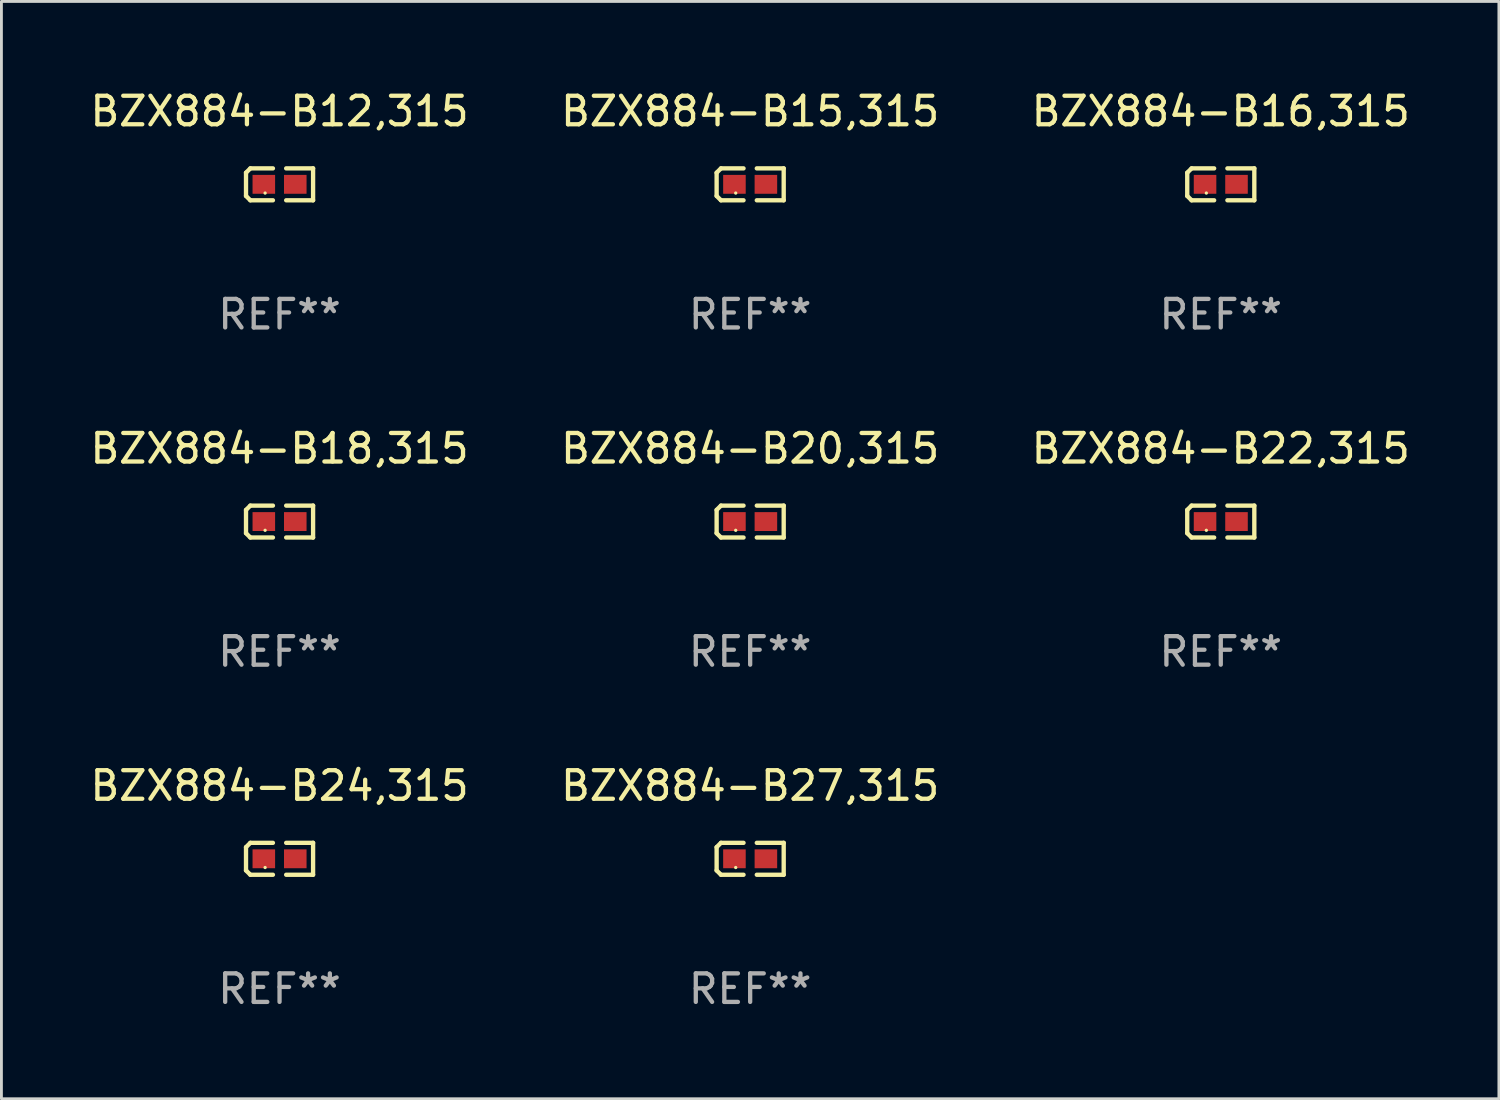
<source format=kicad_pcb>
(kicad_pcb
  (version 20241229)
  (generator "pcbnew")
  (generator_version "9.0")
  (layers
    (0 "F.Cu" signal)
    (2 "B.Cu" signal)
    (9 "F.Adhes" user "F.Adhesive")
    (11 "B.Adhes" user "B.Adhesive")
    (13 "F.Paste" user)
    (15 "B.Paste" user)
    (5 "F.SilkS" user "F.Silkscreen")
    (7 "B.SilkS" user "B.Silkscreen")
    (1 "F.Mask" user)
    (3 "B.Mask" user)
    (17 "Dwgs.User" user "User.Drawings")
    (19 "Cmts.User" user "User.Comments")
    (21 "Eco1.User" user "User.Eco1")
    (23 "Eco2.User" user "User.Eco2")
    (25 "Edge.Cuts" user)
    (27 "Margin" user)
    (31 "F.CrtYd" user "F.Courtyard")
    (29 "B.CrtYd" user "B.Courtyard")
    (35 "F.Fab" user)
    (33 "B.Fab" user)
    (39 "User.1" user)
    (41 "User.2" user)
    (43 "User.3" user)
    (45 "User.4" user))
  (footprint "BZX884-B27,315"
    (layer "F.Cu")
    (at 23.232 27.038)
    (property "Reference" "BZX884-B27,315" (at 0 -2.559 0) (layer "F.SilkS") (effects (font (size 1 1) (thickness 0.15))))
    (attr through_hole)
    (fp_line (start -1.175 -0.407) (end -1.023 -0.559) (stroke (width 0.152) (type solid)) (layer "F.SilkS"))
    (fp_line (start -1.175 0.407) (end -1.175 -0.407) (stroke (width 0.152) (type solid)) (layer "F.SilkS"))
    (fp_line (start -1.023 -0.559) (end -0.232 -0.559) (stroke (width 0.152) (type solid)) (layer "F.SilkS"))
    (fp_line (start -1.023 0.559) (end -1.175 0.407) (stroke (width 0.152) (type solid)) (layer "F.SilkS"))
    (fp_line (start -0.232 0.559) (end -1.023 0.559) (stroke (width 0.152) (type solid)) (layer "F.SilkS"))
    (fp_line (start 0.232 0.559) (end 1.175 0.559) (stroke (width 0.152) (type solid)) (layer "F.SilkS"))
    (fp_line (start 1.175 -0.559) (end 0.232 -0.559) (stroke (width 0.152) (type solid)) (layer "F.SilkS"))
    (fp_line (start 1.175 0.559) (end 1.175 -0.559) (stroke (width 0.152) (type solid)) (layer "F.SilkS"))
    (fp_circle (center -0.506 0.306) (end -0.476 0.306) (stroke (width 0.06) (type solid)) (fill no) (layer "F.SilkS"))
    (fp_text user "REF**" (at 0 4.559 0) (layer "F.Fab") (effects (font (size 1 1) (thickness 0.15))))
    (pad "1" smd rect (at -0.551 0) (size 0.79 0.661) (layers "F.Cu" "F.Mask" "F.Paste"))
    (pad "2" smd rect (at 0.551 0) (size 0.79 0.661) (layers "F.Cu" "F.Mask" "F.Paste")))
  (footprint "BZX884-B16,315"
    (layer "F.Cu")
    (at 39.72 3.408)
    (property "Reference" "BZX884-B16,315" (at 0 -2.559 0) (layer "F.SilkS") (effects (font (size 1 1) (thickness 0.15))))
    (attr through_hole)
    (fp_line (start -1.175 -0.407) (end -1.023 -0.559) (stroke (width 0.152) (type solid)) (layer "F.SilkS"))
    (fp_line (start -1.175 0.407) (end -1.175 -0.407) (stroke (width 0.152) (type solid)) (layer "F.SilkS"))
    (fp_line (start -1.023 -0.559) (end -0.232 -0.559) (stroke (width 0.152) (type solid)) (layer "F.SilkS"))
    (fp_line (start -1.023 0.559) (end -1.175 0.407) (stroke (width 0.152) (type solid)) (layer "F.SilkS"))
    (fp_line (start -0.232 0.559) (end -1.023 0.559) (stroke (width 0.152) (type solid)) (layer "F.SilkS"))
    (fp_line (start 0.232 0.559) (end 1.175 0.559) (stroke (width 0.152) (type solid)) (layer "F.SilkS"))
    (fp_line (start 1.175 -0.559) (end 0.232 -0.559) (stroke (width 0.152) (type solid)) (layer "F.SilkS"))
    (fp_line (start 1.175 0.559) (end 1.175 -0.559) (stroke (width 0.152) (type solid)) (layer "F.SilkS"))
    (fp_circle (center -0.506 0.306) (end -0.476 0.306) (stroke (width 0.06) (type solid)) (fill no) (layer "F.SilkS"))
    (fp_text user "REF**" (at 0 4.559 0) (layer "F.Fab") (effects (font (size 1 1) (thickness 0.15))))
    (pad "1" smd rect (at -0.551 0) (size 0.79 0.661) (layers "F.Cu" "F.Mask" "F.Paste"))
    (pad "2" smd rect (at 0.551 0) (size 0.79 0.661) (layers "F.Cu" "F.Mask" "F.Paste")))
  (footprint "BZX884-B18,315"
    (layer "F.Cu")
    (at 6.744 15.223)
    (property "Reference" "BZX884-B18,315" (at 0 -2.559 0) (layer "F.SilkS") (effects (font (size 1 1) (thickness 0.15))))
    (attr through_hole)
    (fp_line (start -1.175 -0.407) (end -1.023 -0.559) (stroke (width 0.152) (type solid)) (layer "F.SilkS"))
    (fp_line (start -1.175 0.407) (end -1.175 -0.407) (stroke (width 0.152) (type solid)) (layer "F.SilkS"))
    (fp_line (start -1.023 -0.559) (end -0.232 -0.559) (stroke (width 0.152) (type solid)) (layer "F.SilkS"))
    (fp_line (start -1.023 0.559) (end -1.175 0.407) (stroke (width 0.152) (type solid)) (layer "F.SilkS"))
    (fp_line (start -0.232 0.559) (end -1.023 0.559) (stroke (width 0.152) (type solid)) (layer "F.SilkS"))
    (fp_line (start 0.232 0.559) (end 1.175 0.559) (stroke (width 0.152) (type solid)) (layer "F.SilkS"))
    (fp_line (start 1.175 -0.559) (end 0.232 -0.559) (stroke (width 0.152) (type solid)) (layer "F.SilkS"))
    (fp_line (start 1.175 0.559) (end 1.175 -0.559) (stroke (width 0.152) (type solid)) (layer "F.SilkS"))
    (fp_circle (center -0.506 0.306) (end -0.476 0.306) (stroke (width 0.06) (type solid)) (fill no) (layer "F.SilkS"))
    (fp_text user "REF**" (at 0 4.559 0) (layer "F.Fab") (effects (font (size 1 1) (thickness 0.15))))
    (pad "1" smd rect (at -0.551 0) (size 0.79 0.661) (layers "F.Cu" "F.Mask" "F.Paste"))
    (pad "2" smd rect (at 0.551 0) (size 0.79 0.661) (layers "F.Cu" "F.Mask" "F.Paste")))
  (footprint "BZX884-B20,315"
    (layer "F.Cu")
    (at 23.232 15.223)
    (property "Reference" "BZX884-B20,315" (at 0 -2.559 0) (layer "F.SilkS") (effects (font (size 1 1) (thickness 0.15))))
    (attr through_hole)
    (fp_line (start -1.175 -0.407) (end -1.023 -0.559) (stroke (width 0.152) (type solid)) (layer "F.SilkS"))
    (fp_line (start -1.175 0.407) (end -1.175 -0.407) (stroke (width 0.152) (type solid)) (layer "F.SilkS"))
    (fp_line (start -1.023 -0.559) (end -0.232 -0.559) (stroke (width 0.152) (type solid)) (layer "F.SilkS"))
    (fp_line (start -1.023 0.559) (end -1.175 0.407) (stroke (width 0.152) (type solid)) (layer "F.SilkS"))
    (fp_line (start -0.232 0.559) (end -1.023 0.559) (stroke (width 0.152) (type solid)) (layer "F.SilkS"))
    (fp_line (start 0.232 0.559) (end 1.175 0.559) (stroke (width 0.152) (type solid)) (layer "F.SilkS"))
    (fp_line (start 1.175 -0.559) (end 0.232 -0.559) (stroke (width 0.152) (type solid)) (layer "F.SilkS"))
    (fp_line (start 1.175 0.559) (end 1.175 -0.559) (stroke (width 0.152) (type solid)) (layer "F.SilkS"))
    (fp_circle (center -0.506 0.306) (end -0.476 0.306) (stroke (width 0.06) (type solid)) (fill no) (layer "F.SilkS"))
    (fp_text user "REF**" (at 0 4.559 0) (layer "F.Fab") (effects (font (size 1 1) (thickness 0.15))))
    (pad "1" smd rect (at -0.551 0) (size 0.79 0.661) (layers "F.Cu" "F.Mask" "F.Paste"))
    (pad "2" smd rect (at 0.551 0) (size 0.79 0.661) (layers "F.Cu" "F.Mask" "F.Paste")))
  (footprint "BZX884-B15,315"
    (layer "F.Cu")
    (at 23.232 3.408)
    (property "Reference" "BZX884-B15,315" (at 0 -2.559 0) (layer "F.SilkS") (effects (font (size 1 1) (thickness 0.15))))
    (attr through_hole)
    (fp_line (start -1.175 -0.407) (end -1.023 -0.559) (stroke (width 0.152) (type solid)) (layer "F.SilkS"))
    (fp_line (start -1.175 0.407) (end -1.175 -0.407) (stroke (width 0.152) (type solid)) (layer "F.SilkS"))
    (fp_line (start -1.023 -0.559) (end -0.232 -0.559) (stroke (width 0.152) (type solid)) (layer "F.SilkS"))
    (fp_line (start -1.023 0.559) (end -1.175 0.407) (stroke (width 0.152) (type solid)) (layer "F.SilkS"))
    (fp_line (start -0.232 0.559) (end -1.023 0.559) (stroke (width 0.152) (type solid)) (layer "F.SilkS"))
    (fp_line (start 0.232 0.559) (end 1.175 0.559) (stroke (width 0.152) (type solid)) (layer "F.SilkS"))
    (fp_line (start 1.175 -0.559) (end 0.232 -0.559) (stroke (width 0.152) (type solid)) (layer "F.SilkS"))
    (fp_line (start 1.175 0.559) (end 1.175 -0.559) (stroke (width 0.152) (type solid)) (layer "F.SilkS"))
    (fp_circle (center -0.506 0.306) (end -0.476 0.306) (stroke (width 0.06) (type solid)) (fill no) (layer "F.SilkS"))
    (fp_text user "REF**" (at 0 4.559 0) (layer "F.Fab") (effects (font (size 1 1) (thickness 0.15))))
    (pad "1" smd rect (at -0.551 0) (size 0.79 0.661) (layers "F.Cu" "F.Mask" "F.Paste"))
    (pad "2" smd rect (at 0.551 0) (size 0.79 0.661) (layers "F.Cu" "F.Mask" "F.Paste")))
  (footprint "BZX884-B12,315"
    (layer "F.Cu")
    (at 6.744 3.408)
    (property "Reference" "BZX884-B12,315" (at 0 -2.559 0) (layer "F.SilkS") (effects (font (size 1 1) (thickness 0.15))))
    (attr through_hole)
    (fp_line (start -1.175 -0.407) (end -1.023 -0.559) (stroke (width 0.152) (type solid)) (layer "F.SilkS"))
    (fp_line (start -1.175 0.407) (end -1.175 -0.407) (stroke (width 0.152) (type solid)) (layer "F.SilkS"))
    (fp_line (start -1.023 -0.559) (end -0.232 -0.559) (stroke (width 0.152) (type solid)) (layer "F.SilkS"))
    (fp_line (start -1.023 0.559) (end -1.175 0.407) (stroke (width 0.152) (type solid)) (layer "F.SilkS"))
    (fp_line (start -0.232 0.559) (end -1.023 0.559) (stroke (width 0.152) (type solid)) (layer "F.SilkS"))
    (fp_line (start 0.232 0.559) (end 1.175 0.559) (stroke (width 0.152) (type solid)) (layer "F.SilkS"))
    (fp_line (start 1.175 -0.559) (end 0.232 -0.559) (stroke (width 0.152) (type solid)) (layer "F.SilkS"))
    (fp_line (start 1.175 0.559) (end 1.175 -0.559) (stroke (width 0.152) (type solid)) (layer "F.SilkS"))
    (fp_circle (center -0.506 0.306) (end -0.476 0.306) (stroke (width 0.06) (type solid)) (fill no) (layer "F.SilkS"))
    (fp_text user "REF**" (at 0 4.559 0) (layer "F.Fab") (effects (font (size 1 1) (thickness 0.15))))
    (pad "1" smd rect (at -0.551 0) (size 0.79 0.661) (layers "F.Cu" "F.Mask" "F.Paste"))
    (pad "2" smd rect (at 0.551 0) (size 0.79 0.661) (layers "F.Cu" "F.Mask" "F.Paste")))
  (footprint "BZX884-B22,315"
    (layer "F.Cu")
    (at 39.72 15.223)
    (property "Reference" "BZX884-B22,315" (at 0 -2.559 0) (layer "F.SilkS") (effects (font (size 1 1) (thickness 0.15))))
    (attr through_hole)
    (fp_line (start -1.175 -0.407) (end -1.023 -0.559) (stroke (width 0.152) (type solid)) (layer "F.SilkS"))
    (fp_line (start -1.175 0.407) (end -1.175 -0.407) (stroke (width 0.152) (type solid)) (layer "F.SilkS"))
    (fp_line (start -1.023 -0.559) (end -0.232 -0.559) (stroke (width 0.152) (type solid)) (layer "F.SilkS"))
    (fp_line (start -1.023 0.559) (end -1.175 0.407) (stroke (width 0.152) (type solid)) (layer "F.SilkS"))
    (fp_line (start -0.232 0.559) (end -1.023 0.559) (stroke (width 0.152) (type solid)) (layer "F.SilkS"))
    (fp_line (start 0.232 0.559) (end 1.175 0.559) (stroke (width 0.152) (type solid)) (layer "F.SilkS"))
    (fp_line (start 1.175 -0.559) (end 0.232 -0.559) (stroke (width 0.152) (type solid)) (layer "F.SilkS"))
    (fp_line (start 1.175 0.559) (end 1.175 -0.559) (stroke (width 0.152) (type solid)) (layer "F.SilkS"))
    (fp_circle (center -0.506 0.306) (end -0.476 0.306) (stroke (width 0.06) (type solid)) (fill no) (layer "F.SilkS"))
    (fp_text user "REF**" (at 0 4.559 0) (layer "F.Fab") (effects (font (size 1 1) (thickness 0.15))))
    (pad "1" smd rect (at -0.551 0) (size 0.79 0.661) (layers "F.Cu" "F.Mask" "F.Paste"))
    (pad "2" smd rect (at 0.551 0) (size 0.79 0.661) (layers "F.Cu" "F.Mask" "F.Paste")))
  (footprint "BZX884-B24,315"
    (layer "F.Cu")
    (at 6.744 27.038)
    (property "Reference" "BZX884-B24,315" (at 0 -2.559 0) (layer "F.SilkS") (effects (font (size 1 1) (thickness 0.15))))
    (attr through_hole)
    (fp_line (start -1.175 -0.407) (end -1.023 -0.559) (stroke (width 0.152) (type solid)) (layer "F.SilkS"))
    (fp_line (start -1.175 0.407) (end -1.175 -0.407) (stroke (width 0.152) (type solid)) (layer "F.SilkS"))
    (fp_line (start -1.023 -0.559) (end -0.232 -0.559) (stroke (width 0.152) (type solid)) (layer "F.SilkS"))
    (fp_line (start -1.023 0.559) (end -1.175 0.407) (stroke (width 0.152) (type solid)) (layer "F.SilkS"))
    (fp_line (start -0.232 0.559) (end -1.023 0.559) (stroke (width 0.152) (type solid)) (layer "F.SilkS"))
    (fp_line (start 0.232 0.559) (end 1.175 0.559) (stroke (width 0.152) (type solid)) (layer "F.SilkS"))
    (fp_line (start 1.175 -0.559) (end 0.232 -0.559) (stroke (width 0.152) (type solid)) (layer "F.SilkS"))
    (fp_line (start 1.175 0.559) (end 1.175 -0.559) (stroke (width 0.152) (type solid)) (layer "F.SilkS"))
    (fp_circle (center -0.506 0.306) (end -0.476 0.306) (stroke (width 0.06) (type solid)) (fill no) (layer "F.SilkS"))
    (fp_text user "REF**" (at 0 4.559 0) (layer "F.Fab") (effects (font (size 1 1) (thickness 0.15))))
    (pad "1" smd rect (at -0.551 0) (size 0.79 0.661) (layers "F.Cu" "F.Mask" "F.Paste"))
    (pad "2" smd rect (at 0.551 0) (size 0.79 0.661) (layers "F.Cu" "F.Mask" "F.Paste")))
  (gr_rect
    (start -3 -3)
    (end 49.464 35.446)
    (stroke (width 0.1) (type default))
    (fill no)
    (layer "Edge.Cuts")))
</source>
